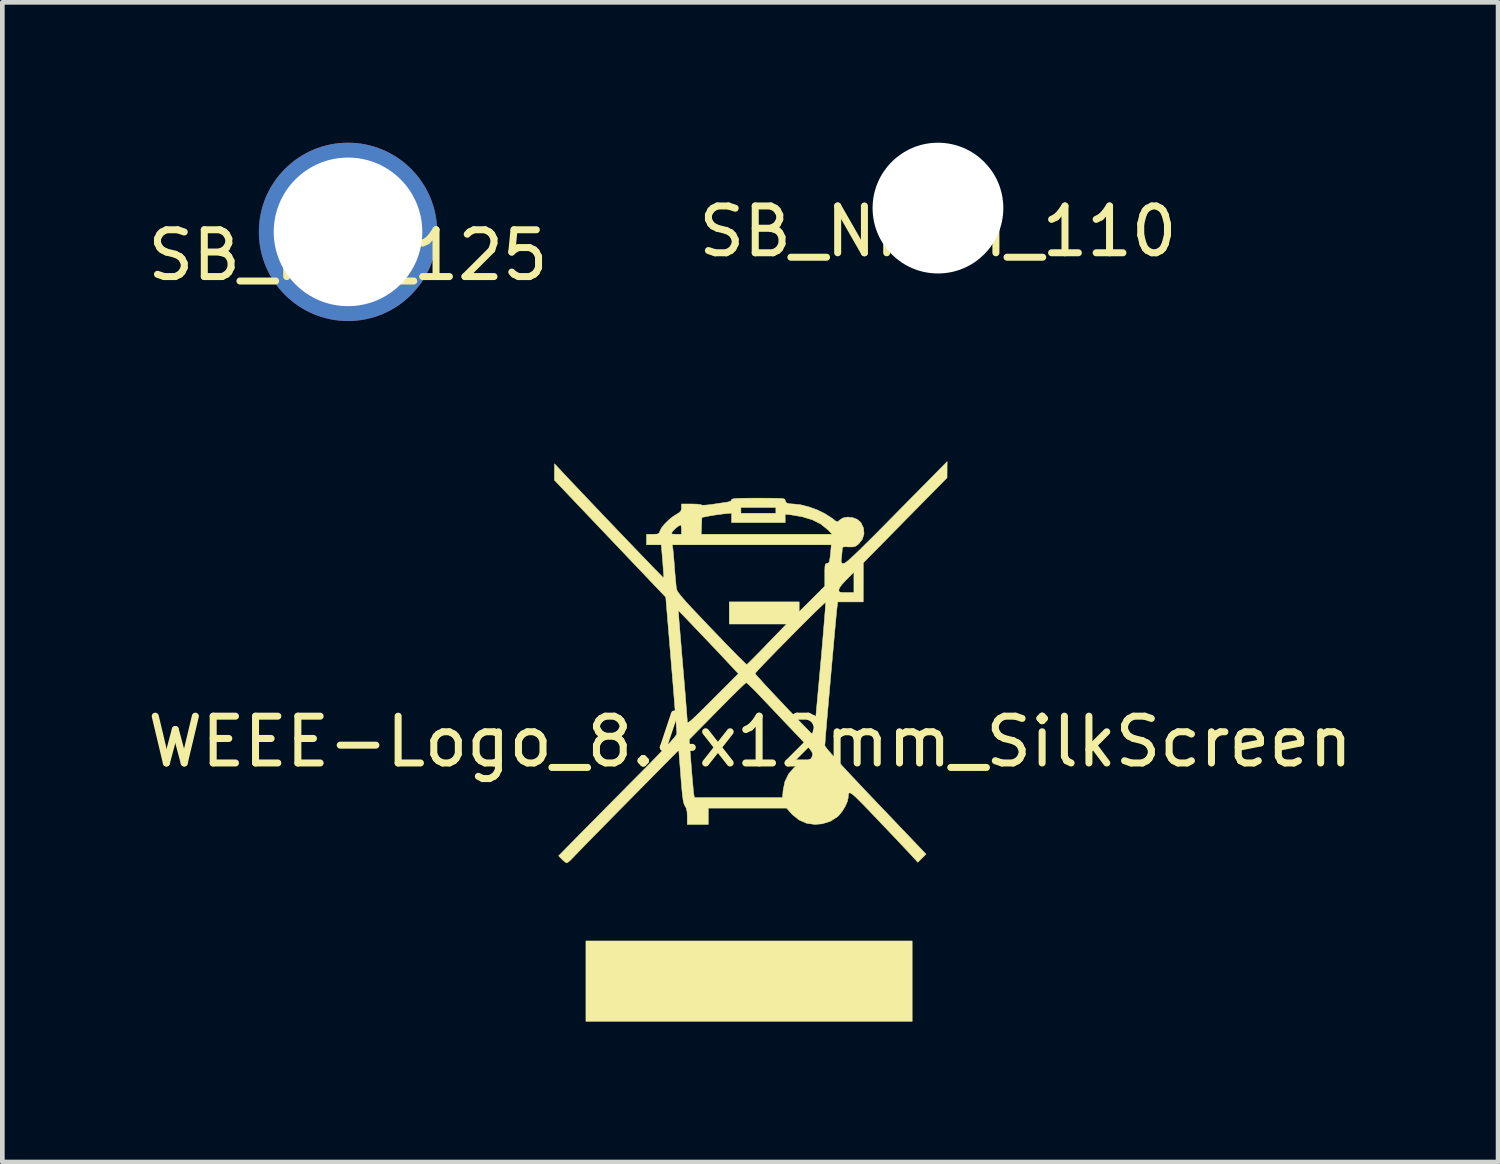
<source format=kicad_pcb>
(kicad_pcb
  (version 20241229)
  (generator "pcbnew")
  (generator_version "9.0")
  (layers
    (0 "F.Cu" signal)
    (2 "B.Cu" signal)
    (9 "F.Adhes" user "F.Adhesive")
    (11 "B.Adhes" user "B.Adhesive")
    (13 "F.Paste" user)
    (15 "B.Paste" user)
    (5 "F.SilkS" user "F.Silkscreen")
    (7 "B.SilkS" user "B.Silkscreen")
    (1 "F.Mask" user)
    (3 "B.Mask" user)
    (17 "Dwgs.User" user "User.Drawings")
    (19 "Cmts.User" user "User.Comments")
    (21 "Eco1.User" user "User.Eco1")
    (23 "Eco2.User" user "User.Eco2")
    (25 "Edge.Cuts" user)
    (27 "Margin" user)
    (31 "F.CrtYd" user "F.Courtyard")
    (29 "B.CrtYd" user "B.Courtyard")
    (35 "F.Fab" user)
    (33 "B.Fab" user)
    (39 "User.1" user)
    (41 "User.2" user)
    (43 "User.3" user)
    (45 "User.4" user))
  (footprint "SB_MH_125"
    (layer "F.Cu")
    (at 4.387 1.905)
    (property "Reference" "SB_MH_125" (at 0 0.5 0) (layer "F.SilkS") (effects (font (size 1 1) (thickness 0.15))))
    (attr through_hole)
    (pad "1" thru_hole circle (at 0 0) (size 3.81 3.81) (drill 3.175) (layers "*.Cu" "*.Mask")))
  (footprint "SB_NPTH_110"
    (layer "F.Cu")
    (at 16.994 1.397)
    (property "Reference" "SB_NPTH_110" (at 0 0.5 0) (layer "F.SilkS") (effects (font (size 1 1) (thickness 0.15))))
    (attr through_hole)
    (pad "" np_thru_hole circle (at 0 0) (size 2.794 2.794) (drill 2.794) (layers "*.Cu" "*.Mask")))
  (footprint "WEEE-Logo_8.4x12mm_SilkScreen"
    (layer "F.Cu")
    (at 12.982 12.8)
    (property "Reference" "WEEE-Logo_8.4x12mm_SilkScreen" (at 0 0 0) (layer "F.SilkS") (effects (font (size 1 1) (thickness 0.15))))
    (attr exclude_from_pos_files exclude_from_bom)
    (fp_poly (pts (xy 3.461 5.976) (xy -3.511 5.976) (xy -3.511 4.258) (xy 3.461 4.258) (xy 3.461 5.976)) (stroke (width 0.01) (type solid)) (fill yes) (layer "F.SilkS"))
    (fp_poly (pts (xy 4.207 -5.813) (xy 4.206 -5.64) (xy 3.311 -4.731) (xy 2.417 -3.822) (xy 2.415 -2.988) (xy 1.871 -2.988) (xy 1.857 -2.882) (xy 1.851 -2.834) (xy 1.842 -2.743) (xy 1.83 -2.615) (xy 1.815 -2.456) (xy 1.798 -2.269) (xy 1.78 -2.062) (xy 1.76 -1.84) (xy 1.739 -1.607) (xy 1.718 -1.37) (xy 1.697 -1.133) (xy 1.677 -0.903) (xy 1.658 -0.684) (xy 1.64 -0.482) (xy 1.625 -0.303) (xy 1.612 -0.151) (xy 1.603 -0.033) (xy 1.597 0.047) (xy 1.594 0.082) (xy 1.594 0.082) (xy 1.61 0.111) (xy 1.656 0.17) (xy 1.733 0.26) (xy 1.842 0.381) (xy 1.983 0.535) (xy 2.157 0.722) (xy 2.365 0.943) (xy 2.608 1.199) (xy 2.676 1.27) (xy 3.757 2.403) (xy 3.67 2.49) (xy 3.582 2.577) (xy 3.441 2.424) (xy 3.389 2.368) (xy 3.308 2.282) (xy 3.204 2.171) (xy 3.081 2.041) (xy 2.945 1.898) (xy 2.801 1.747) (xy 2.715 1.657) (xy 2.554 1.488) (xy 2.423 1.352) (xy 2.32 1.248) (xy 2.242 1.172) (xy 2.184 1.123) (xy 2.144 1.097) (xy 2.118 1.093) (xy 2.104 1.108) (xy 2.097 1.139) (xy 2.094 1.184) (xy 2.094 1.197) (xy 2.075 1.281) (xy 2.029 1.384) (xy 1.965 1.488) (xy 1.892 1.577) (xy 1.863 1.605) (xy 1.713 1.701) (xy 1.537 1.755) (xy 1.383 1.768) (xy 1.207 1.744) (xy 1.045 1.673) (xy 0.901 1.558) (xy 0.875 1.529) (xy 0.778 1.419) (xy -0.896 1.419) (xy -0.896 1.768) (xy -1.345 1.768) (xy -1.345 1.605) (xy -1.35 1.494) (xy -1.369 1.417) (xy -1.392 1.375) (xy -1.409 1.345) (xy -1.423 1.301) (xy -1.435 1.238) (xy -1.447 1.148) (xy -1.46 1.025) (xy -1.474 0.863) (xy -1.483 0.742) (xy -1.527 0.177) (xy -2.601 1.265) (xy -2.796 1.462) (xy -2.982 1.651) (xy -3.157 1.83) (xy -3.318 1.993) (xy -3.461 2.139) (xy -3.582 2.263) (xy -3.678 2.362) (xy -3.747 2.433) (xy -3.783 2.472) (xy -3.843 2.533) (xy -3.894 2.576) (xy -3.921 2.59) (xy -3.955 2.573) (xy -4.005 2.531) (xy -4.022 2.514) (xy -4.094 2.439) (xy -3.697 2.035) (xy -3.596 1.932) (xy -3.465 1.8) (xy -3.31 1.644) (xy -3.138 1.469) (xy -2.954 1.283) (xy -2.763 1.091) (xy -2.572 0.897) (xy -2.434 0.759) (xy -2.225 0.548) (xy -2.05 0.369) (xy -1.906 0.22) (xy -1.79 0.099) (xy -1.702 0.003) (xy -1.658 -0.047) (xy -1.305 -0.047) (xy -1.26 0.518) (xy -1.247 0.684) (xy -1.234 0.835) (xy -1.222 0.965) (xy -1.213 1.064) (xy -1.205 1.126) (xy -1.203 1.139) (xy -1.19 1.195) (xy 0.69 1.195) (xy 0.703 1.039) (xy 0.741 0.854) (xy 0.82 0.691) (xy 0.936 0.555) (xy 1.083 0.452) (xy 1.248 0.39) (xy 1.302 0.361) (xy 1.329 0.299) (xy 1.329 0.296) (xy 1.332 0.27) (xy 1.328 0.243) (xy 1.313 0.21) (xy 1.283 0.167) (xy 1.234 0.108) (xy 1.163 0.029) (xy 1.065 -0.076) (xy 0.936 -0.211) (xy 0.928 -0.22) (xy 0.789 -0.365) (xy 0.642 -0.52) (xy 0.496 -0.674) (xy 0.362 -0.815) (xy 0.249 -0.935) (xy 0.224 -0.961) (xy 0.128 -1.062) (xy 0.042 -1.148) (xy -0.027 -1.214) (xy -0.072 -1.253) (xy -0.087 -1.261) (xy -0.11 -1.243) (xy -0.164 -1.194) (xy -0.244 -1.117) (xy -0.346 -1.017) (xy -0.466 -0.897) (xy -0.599 -0.763) (xy -0.709 -0.652) (xy -1.305 -0.047) (xy -1.658 -0.047) (xy -1.637 -0.07) (xy -1.595 -0.124) (xy -1.573 -0.159) (xy -1.568 -0.175) (xy -1.57 -0.211) (xy -1.576 -0.291) (xy -1.585 -0.412) (xy -1.597 -0.569) (xy -1.612 -0.757) (xy -1.629 -0.971) (xy -1.648 -1.207) (xy -1.669 -1.46) (xy -1.686 -1.662) (xy -1.781 -2.803) (xy -1.536 -2.803) (xy -1.535 -2.778) (xy -1.53 -2.709) (xy -1.522 -2.6) (xy -1.51 -2.456) (xy -1.496 -2.282) (xy -1.479 -2.083) (xy -1.461 -1.863) (xy -1.443 -1.655) (xy -1.423 -1.419) (xy -1.404 -1.196) (xy -1.387 -0.992) (xy -1.373 -0.811) (xy -1.361 -0.66) (xy -1.352 -0.543) (xy -1.346 -0.466) (xy -1.345 -0.436) (xy -1.343 -0.417) (xy -1.333 -0.41) (xy -1.314 -0.417) (xy -1.28 -0.441) (xy -1.228 -0.486) (xy -1.156 -0.554) (xy -1.058 -0.649) (xy -0.932 -0.774) (xy -0.799 -0.907) (xy -0.253 -1.453) (xy -0.257 -1.457) (xy 0.104 -1.457) (xy 0.121 -1.434) (xy 0.167 -1.381) (xy 0.238 -1.303) (xy 0.329 -1.203) (xy 0.436 -1.088) (xy 0.555 -0.961) (xy 0.68 -0.829) (xy 0.806 -0.695) (xy 0.93 -0.565) (xy 1.047 -0.443) (xy 1.152 -0.335) (xy 1.24 -0.245) (xy 1.307 -0.178) (xy 1.348 -0.139) (xy 1.36 -0.131) (xy 1.363 -0.157) (xy 1.371 -0.227) (xy 1.382 -0.339) (xy 1.397 -0.487) (xy 1.414 -0.667) (xy 1.433 -0.874) (xy 1.454 -1.104) (xy 1.477 -1.353) (xy 1.495 -1.553) (xy 1.519 -1.813) (xy 1.54 -2.059) (xy 1.559 -2.284) (xy 1.576 -2.486) (xy 1.59 -2.659) (xy 1.601 -2.799) (xy 1.608 -2.902) (xy 1.612 -2.963) (xy 1.611 -2.979) (xy 1.592 -2.965) (xy 1.542 -2.919) (xy 1.466 -2.847) (xy 1.368 -2.752) (xy 1.254 -2.639) (xy 1.126 -2.512) (xy 0.99 -2.376) (xy 0.85 -2.234) (xy 0.711 -2.093) (xy 0.575 -1.955) (xy 0.449 -1.825) (xy 0.336 -1.709) (xy 0.241 -1.609) (xy 0.167 -1.531) (xy 0.121 -1.479) (xy 0.104 -1.457) (xy -0.257 -1.457) (xy -0.456 -1.671) (xy -0.56 -1.782) (xy -0.676 -1.905) (xy -0.801 -2.037) (xy -0.929 -2.172) (xy -1.056 -2.305) (xy -1.177 -2.432) (xy -1.288 -2.548) (xy -1.383 -2.648) (xy -1.46 -2.727) (xy -1.512 -2.78) (xy -1.536 -2.802) (xy -1.536 -2.803) (xy -1.781 -2.803) (xy -1.805 -3.088) (xy -4.184 -5.589) (xy -4.182 -5.939) (xy -3.99 -5.734) (xy -3.882 -5.619) (xy -3.755 -5.485) (xy -3.612 -5.334) (xy -3.457 -5.17) (xy -3.292 -4.997) (xy -3.122 -4.818) (xy -2.949 -4.638) (xy -2.778 -4.458) (xy -2.611 -4.284) (xy -2.452 -4.118) (xy -2.304 -3.964) (xy -2.171 -3.827) (xy -2.057 -3.708) (xy -1.964 -3.613) (xy -1.896 -3.544) (xy -1.857 -3.505) (xy -1.848 -3.497) (xy -1.848 -3.523) (xy -1.851 -3.59) (xy -1.858 -3.688) (xy -1.867 -3.808) (xy -1.871 -3.856) (xy -1.9 -4.208) (xy -1.669 -4.208) (xy -1.657 -4.152) (xy -1.651 -4.108) (xy -1.643 -4.025) (xy -1.633 -3.913) (xy -1.622 -3.783) (xy -1.619 -3.735) (xy -1.608 -3.598) (xy -1.597 -3.47) (xy -1.587 -3.364) (xy -1.579 -3.292) (xy -1.578 -3.279) (xy -1.571 -3.252) (xy -1.557 -3.22) (xy -1.532 -3.181) (xy -1.493 -3.13) (xy -1.437 -3.063) (xy -1.362 -2.978) (xy -1.263 -2.871) (xy -1.138 -2.739) (xy -0.985 -2.577) (xy -0.828 -2.412) (xy -0.672 -2.25) (xy -0.527 -2.099) (xy -0.396 -1.964) (xy -0.282 -1.848) (xy -0.189 -1.756) (xy -0.121 -1.69) (xy -0.082 -1.654) (xy -0.074 -1.649) (xy -0.051 -1.668) (xy 0.000058 -1.718) (xy 0.076 -1.794) (xy 0.172 -1.891) (xy 0.282 -2.003) (xy 0.361 -2.086) (xy 0.777 -2.515) (xy -0.448 -2.515) (xy -0.448 -2.988) (xy 1.046 -2.988) (xy 1.046 -2.777) (xy 1.32 -3.05) (xy 1.514 -3.244) (xy 1.893 -3.244) (xy 1.896 -3.214) (xy 1.914 -3.197) (xy 1.959 -3.189) (xy 2.04 -3.187) (xy 2.054 -3.187) (xy 2.216 -3.187) (xy 2.216 -3.622) (xy 2.054 -3.461) (xy 1.963 -3.364) (xy 1.908 -3.289) (xy 1.893 -3.244) (xy 1.514 -3.244) (xy 1.594 -3.324) (xy 1.594 -3.567) (xy 1.594 -3.679) (xy 1.598 -3.75) (xy 1.606 -3.789) (xy 1.62 -3.806) (xy 1.642 -3.81) (xy 1.666 -3.815) (xy 1.684 -3.836) (xy 1.698 -3.881) (xy 1.709 -3.957) (xy 1.721 -4.073) (xy 1.725 -4.115) (xy 1.733 -4.208) (xy -1.669 -4.208) (xy -1.9 -4.208) (xy -2.216 -4.208) (xy -2.216 -4.433) (xy -2.082 -4.433) (xy -2.003 -4.435) (xy -1.961 -4.445) (xy -1.956 -4.451) (xy -1.681 -4.451) (xy -1.666 -4.437) (xy -1.616 -4.433) (xy -1.582 -4.433) (xy -1.469 -4.433) (xy -1.048 -4.433) (xy 1.753 -4.433) (xy 1.658 -4.53) (xy 1.511 -4.649) (xy 1.329 -4.742) (xy 1.109 -4.808) (xy 0.89 -4.845) (xy 0.747 -4.862) (xy 0.747 -4.682) (xy -0.398 -4.682) (xy -0.398 -4.886) (xy -0.567 -4.869) (xy -0.684 -4.854) (xy -0.809 -4.835) (xy -0.884 -4.822) (xy -1.033 -4.792) (xy -1.041 -4.612) (xy -1.048 -4.433) (xy -1.469 -4.433) (xy -1.469 -4.532) (xy -1.473 -4.595) (xy -1.481 -4.629) (xy -1.484 -4.632) (xy -1.521 -4.616) (xy -1.575 -4.577) (xy -1.629 -4.529) (xy -1.666 -4.486) (xy -1.669 -4.481) (xy -1.681 -4.451) (xy -1.956 -4.451) (xy -1.94 -4.47) (xy -1.932 -4.496) (xy -1.898 -4.566) (xy -1.832 -4.649) (xy -1.746 -4.734) (xy -1.652 -4.811) (xy -1.59 -4.85) (xy -1.519 -4.894) (xy -1.483 -4.93) (xy -1.47 -4.973) (xy -1.469 -4.999) (xy -1.469 -5.005) (xy -0.199 -5.005) (xy -0.199 -4.881) (xy 0.548 -4.881) (xy 0.548 -5.005) (xy -0.199 -5.005) (xy -1.469 -5.005) (xy -1.469 -5.08) (xy -1.26 -5.08) (xy -1.163 -5.078) (xy -1.088 -5.071) (xy -1.046 -5.063) (xy -1.042 -5.059) (xy -1.015 -5.053) (xy -0.951 -5.056) (xy -0.859 -5.065) (xy -0.797 -5.074) (xy -0.684 -5.091) (xy -0.58 -5.106) (xy -0.502 -5.118) (xy -0.479 -5.121) (xy -0.42 -5.139) (xy -0.398 -5.168) (xy -0.392 -5.18) (xy -0.369 -5.189) (xy -0.323 -5.196) (xy -0.25 -5.2) (xy -0.143 -5.203) (xy 0.003 -5.204) (xy 0.174 -5.205) (xy 0.358 -5.204) (xy 0.497 -5.203) (xy 0.598 -5.201) (xy 0.668 -5.198) (xy 0.712 -5.192) (xy 0.735 -5.183) (xy 0.745 -5.171) (xy 0.747 -5.157) (xy 0.762 -5.114) (xy 0.812 -5.089) (xy 0.903 -5.08) (xy 0.919 -5.08) (xy 1.073 -5.064) (xy 1.248 -5.02) (xy 1.428 -4.955) (xy 1.597 -4.873) (xy 1.74 -4.781) (xy 1.759 -4.767) (xy 1.819 -4.719) (xy 1.855 -4.7) (xy 1.88 -4.706) (xy 1.905 -4.732) (xy 1.981 -4.781) (xy 2.079 -4.8) (xy 2.185 -4.79) (xy 2.284 -4.753) (xy 2.359 -4.69) (xy 2.365 -4.683) (xy 2.421 -4.566) (xy 2.432 -4.444) (xy 2.397 -4.328) (xy 2.319 -4.228) (xy 2.31 -4.22) (xy 2.255 -4.18) (xy 2.198 -4.163) (xy 2.12 -4.162) (xy 2.1 -4.163) (xy 2.023 -4.166) (xy 1.983 -4.159) (xy 1.968 -4.14) (xy 1.967 -4.121) (xy 1.964 -4.068) (xy 1.956 -3.988) (xy 1.951 -3.941) (xy 1.943 -3.865) (xy 1.947 -3.826) (xy 1.965 -3.812) (xy 1.999 -3.81) (xy 2.019 -3.816) (xy 2.051 -3.837) (xy 2.098 -3.875) (xy 2.161 -3.931) (xy 2.244 -4.008) (xy 2.349 -4.109) (xy 2.477 -4.236) (xy 2.633 -4.39) (xy 2.817 -4.575) (xy 3.032 -4.793) (xy 3.135 -4.898) (xy 4.208 -5.985) (xy 4.207 -5.813)) (stroke (width 0.01) (type solid)) (fill yes) (layer "F.SilkS")))
  (gr_rect
    (start -3 -3)
    (end 28.964 21.782)
    (stroke (width 0.1) (type default))
    (fill no)
    (layer "Edge.Cuts")))
</source>
